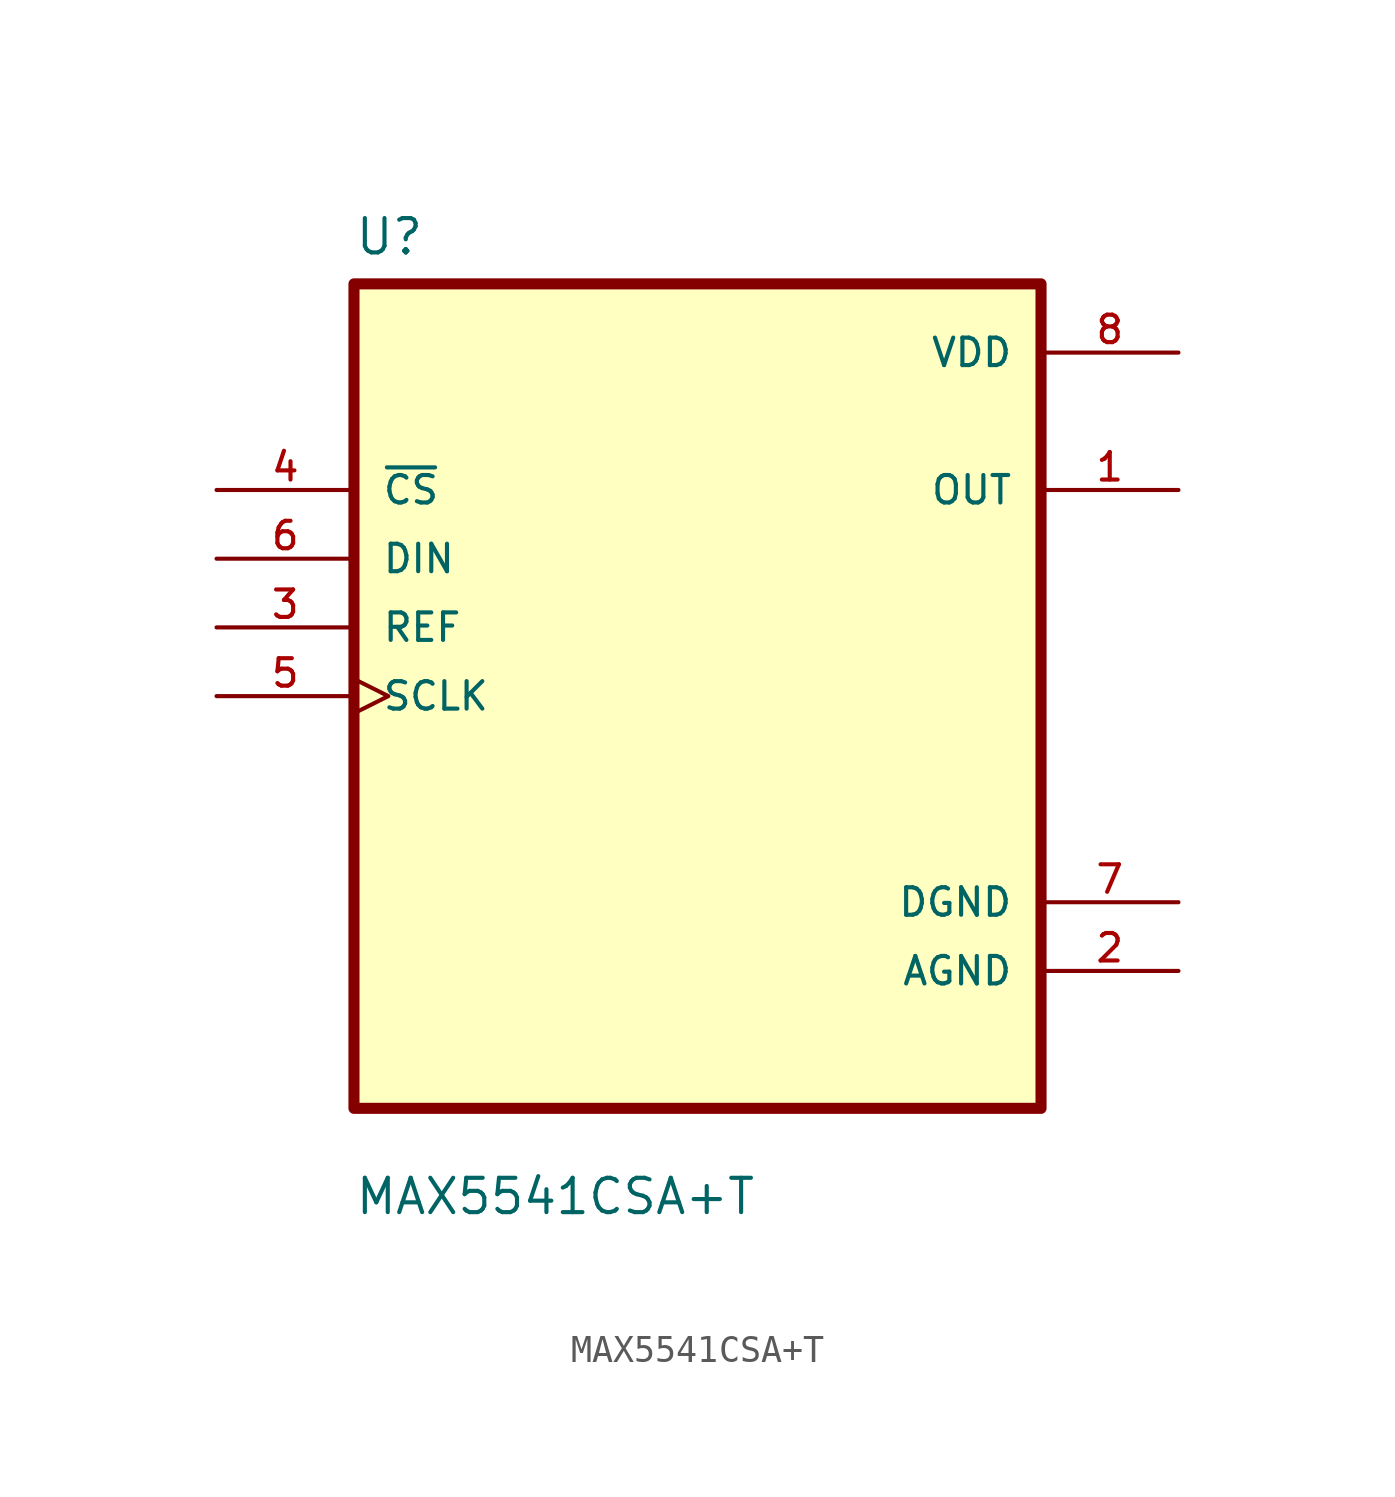
<source format=kicad_sym>
(kicad_symbol_lib
  (version 20211014)
  (generator kicad_symbol_editor)
  (symbol "MAX5541CSA+T"
    (pin_names
      (offset 1.016))
    (property "Reference" "U"
      (at -12.7 16.24 0.0)
      (effects (font (size 1.27 1.27)) (justify bottom left)))
    (property "Value" "MAX5541CSA+T"
      (at -12.7 -19.24 0.0)
      (effects (font (size 1.27 1.27)) (justify bottom left)))
    (symbol "MAX5541CSA+T_0_0"
      (rectangle (start -12.7 -15.24) (end 12.7 15.24) (stroke (width 0.41)) (fill (type background)))
      (pin input line (at -17.78 7.62 0) (length 5.08) (name "~{CS}" (effects (font (size 1.016 1.016)))) (number "4" (effects (font (size 1.016 1.016)))))
      (pin input line (at -17.78 5.08 0) (length 5.08) (name "DIN" (effects (font (size 1.016 1.016)))) (number "6" (effects (font (size 1.016 1.016)))))
      (pin input line (at -17.78 2.54 0) (length 5.08) (name "REF" (effects (font (size 1.016 1.016)))) (number "3" (effects (font (size 1.016 1.016)))))
      (pin input clock (at -17.78 0.0 0) (length 5.08) (name "SCLK" (effects (font (size 1.016 1.016)))) (number "5" (effects (font (size 1.016 1.016)))))
      (pin power_in line (at 17.78 12.7 180.0) (length 5.08) (name "VDD" (effects (font (size 1.016 1.016)))) (number "8" (effects (font (size 1.016 1.016)))))
      (pin output line (at 17.78 7.62 180.0) (length 5.08) (name "OUT" (effects (font (size 1.016 1.016)))) (number "1" (effects (font (size 1.016 1.016)))))
      (pin power_in line (at 17.78 -7.62 180.0) (length 5.08) (name "DGND" (effects (font (size 1.016 1.016)))) (number "7" (effects (font (size 1.016 1.016)))))
      (pin power_in line (at 17.78 -10.16 180.0) (length 5.08) (name "AGND" (effects (font (size 1.016 1.016)))) (number "2" (effects (font (size 1.016 1.016))))))))
</source>
